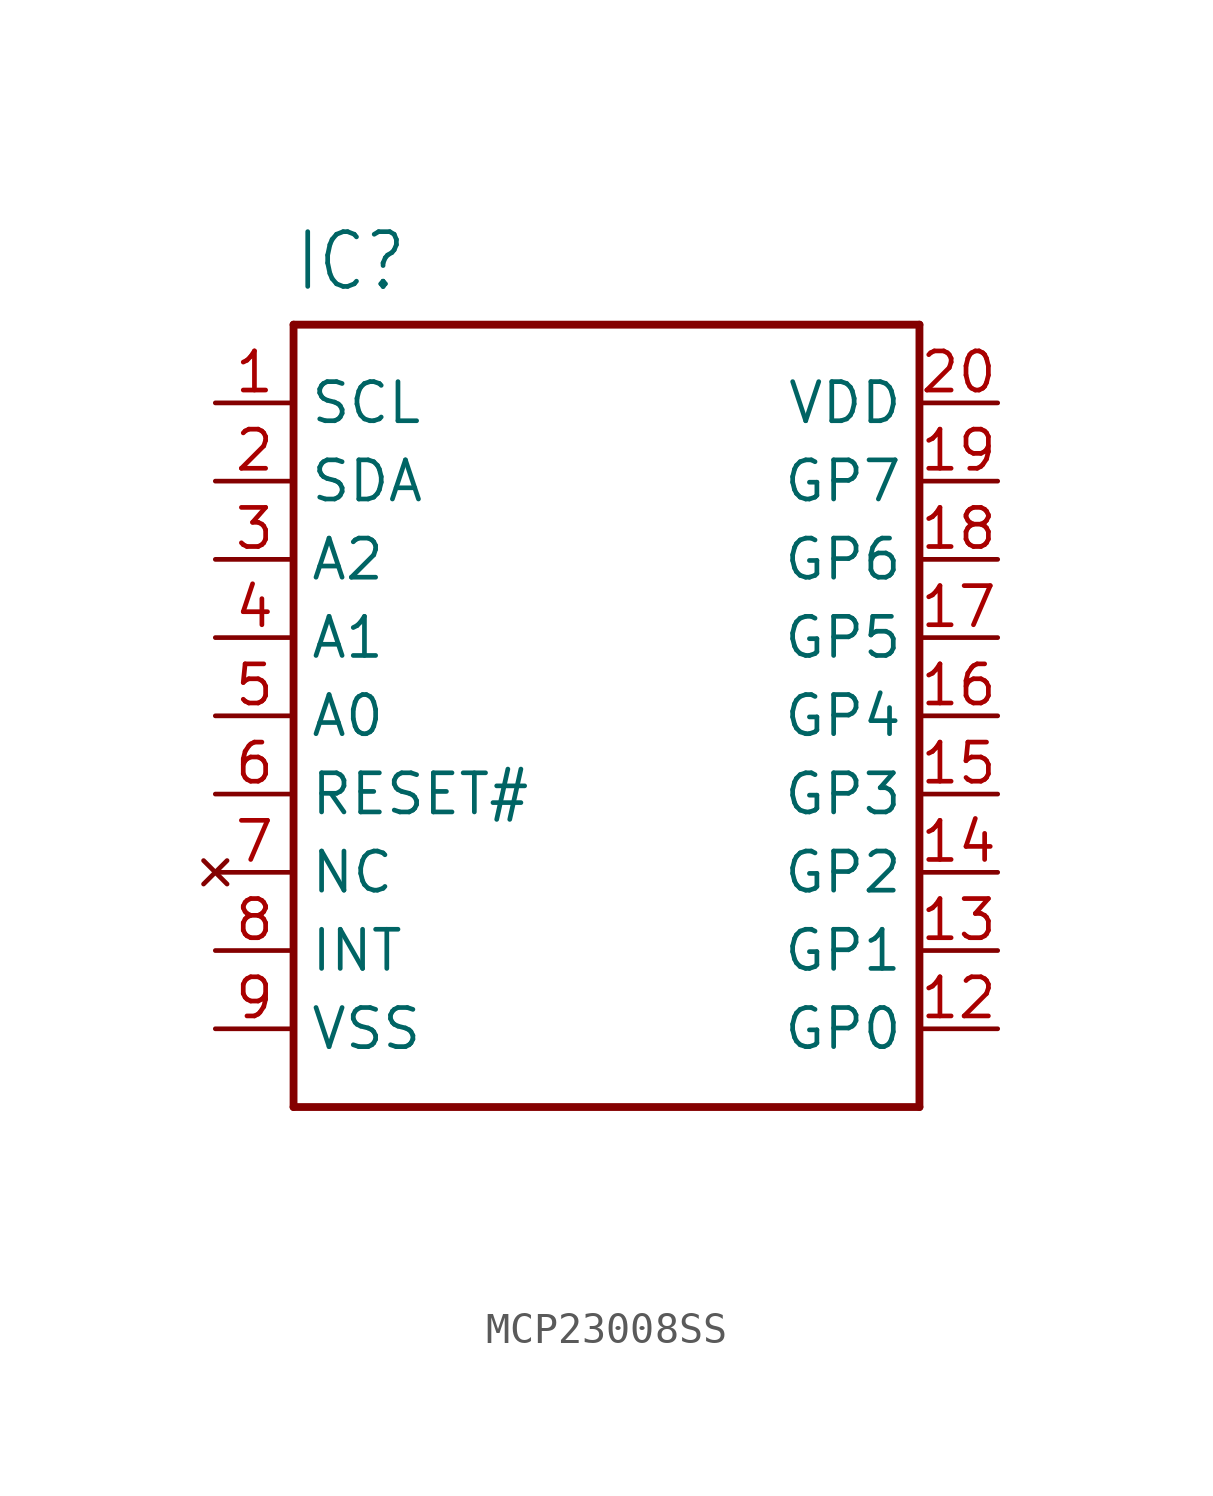
<source format=kicad_sym>
(kicad_symbol_lib
  (version 20220914)
  (generator kicad_symbol_editor)
  (symbol "MCP23008SS"
    (property "Reference" "IC"
      (at -10.16 13.716 0)
      (effects (font (size 1.778 1.511)) (justify left bottom)))
    (property "Value" ""
      (at -10.16 -15.748 0)
      (effects (font (size 1.778 1.511)) (justify left bottom)))
    (property "ki_locked" ""
      (at 0 0 0)
      (effects (font (size 1.27 1.27))))
    (symbol "MCP23008SS_1_0"
      (polyline (pts (xy -10.16 -12.7) (xy 10.16 -12.7)) (stroke (width 0.254) (type solid)) (fill (type none)))
      (polyline (pts (xy -10.16 12.7) (xy -10.16 -12.7)) (stroke (width 0.254) (type solid)) (fill (type none)))
      (polyline (pts (xy 10.16 -12.7) (xy 10.16 12.7)) (stroke (width 0.254) (type solid)) (fill (type none)))
      (polyline (pts (xy 10.16 12.7) (xy -10.16 12.7)) (stroke (width 0.254) (type solid)) (fill (type none)))
      (pin input line (at -12.7 10.16 0) (length 2.54) (name "SCL" (effects (font (size 1.27 1.27)))) (number "1" (effects (font (size 1.27 1.27)))))
      (pin bidirectional line (at 12.7 -10.16 180) (length 2.54) (name "GP0" (effects (font (size 1.27 1.27)))) (number "12" (effects (font (size 1.27 1.27)))))
      (pin bidirectional line (at 12.7 -7.62 180) (length 2.54) (name "GP1" (effects (font (size 1.27 1.27)))) (number "13" (effects (font (size 1.27 1.27)))))
      (pin bidirectional line (at 12.7 -5.08 180) (length 2.54) (name "GP2" (effects (font (size 1.27 1.27)))) (number "14" (effects (font (size 1.27 1.27)))))
      (pin bidirectional line (at 12.7 -2.54 180) (length 2.54) (name "GP3" (effects (font (size 1.27 1.27)))) (number "15" (effects (font (size 1.27 1.27)))))
      (pin bidirectional line (at 12.7 0 180) (length 2.54) (name "GP4" (effects (font (size 1.27 1.27)))) (number "16" (effects (font (size 1.27 1.27)))))
      (pin bidirectional line (at 12.7 2.54 180) (length 2.54) (name "GP5" (effects (font (size 1.27 1.27)))) (number "17" (effects (font (size 1.27 1.27)))))
      (pin bidirectional line (at 12.7 5.08 180) (length 2.54) (name "GP6" (effects (font (size 1.27 1.27)))) (number "18" (effects (font (size 1.27 1.27)))))
      (pin bidirectional line (at 12.7 7.62 180) (length 2.54) (name "GP7" (effects (font (size 1.27 1.27)))) (number "19" (effects (font (size 1.27 1.27)))))
      (pin bidirectional line (at -12.7 7.62 0) (length 2.54) (name "SDA" (effects (font (size 1.27 1.27)))) (number "2" (effects (font (size 1.27 1.27)))))
      (pin power_in line (at 12.7 10.16 180) (length 2.54) (name "VDD" (effects (font (size 1.27 1.27)))) (number "20" (effects (font (size 1.27 1.27)))))
      (pin input line (at -12.7 5.08 0) (length 2.54) (name "A2" (effects (font (size 1.27 1.27)))) (number "3" (effects (font (size 1.27 1.27)))))
      (pin input line (at -12.7 2.54 0) (length 2.54) (name "A1" (effects (font (size 1.27 1.27)))) (number "4" (effects (font (size 1.27 1.27)))))
      (pin input line (at -12.7 0 0) (length 2.54) (name "A0" (effects (font (size 1.27 1.27)))) (number "5" (effects (font (size 1.27 1.27)))))
      (pin input line (at -12.7 -2.54 0) (length 2.54) (name "RESET#" (effects (font (size 1.27 1.27)))) (number "6" (effects (font (size 1.27 1.27)))))
      (pin no_connect line (at -12.7 -5.08 0) (length 2.54) (name "NC" (effects (font (size 1.27 1.27)))) (number "7" (effects (font (size 1.27 1.27)))))
      (pin output line (at -12.7 -7.62 0) (length 2.54) (name "INT" (effects (font (size 1.27 1.27)))) (number "8" (effects (font (size 1.27 1.27)))))
      (pin power_in line (at -12.7 -10.16 0) (length 2.54) (name "VSS" (effects (font (size 1.27 1.27)))) (number "9" (effects (font (size 1.27 1.27))))))))
</source>
